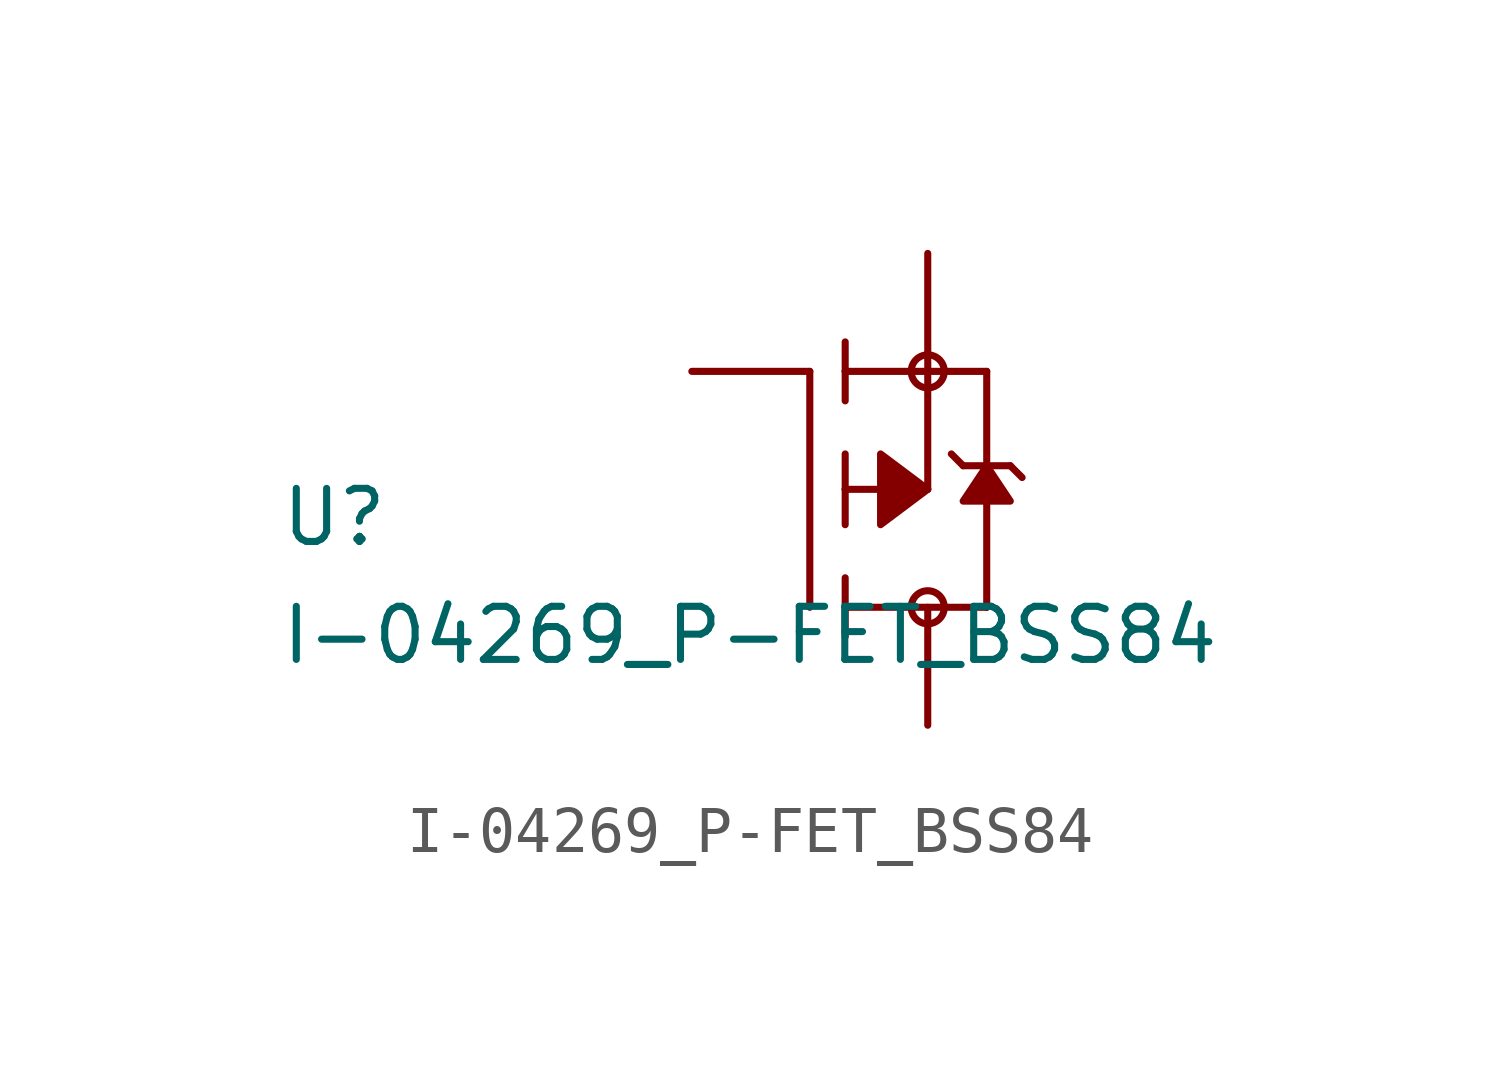
<source format=kicad_sym>
(kicad_symbol_lib
  (version 20211014)
  (generator kicad_symbol_editor)
  (symbol "I-04269_P-FET_BSS84"
    (pin_numbers hide)
    (pin_names
      (offset 1.016) hide)
    (property "Reference" "U"
      (at -11.43 -1.27 0)
      (effects (font (size 1.143 1.143)) (justify left bottom)))
    (property "Value" "I-04269_P-FET_BSS84"
      (at -11.43 -3.81 0)
      (effects (font (size 1.143 1.143)) (justify left bottom)))
    (property "ki_locked" ""
      (at 0 0 0)
      (effects (font (size 1.27 1.27))))
    (symbol "I-04269_P-FET_BSS84_1_0"
      (polyline (pts (xy 0 -2.54) (xy 0 2.54)) (stroke (width 0) (type default) (color 0 0 0 0)) (fill (type none)))
      (polyline (pts (xy 0.762 -3.175) (xy 0.762 -2.54)) (stroke (width 0) (type default) (color 0 0 0 0)) (fill (type none)))
      (polyline (pts (xy 0.762 -2.54) (xy 0.762 -1.905)) (stroke (width 0) (type default) (color 0 0 0 0)) (fill (type none)))
      (polyline (pts (xy 0.762 -2.54) (xy 3.81 -2.54)) (stroke (width 0) (type default) (color 0 0 0 0)) (fill (type none)))
      (polyline (pts (xy 0.762 -0.762) (xy 0.762 0)) (stroke (width 0) (type default) (color 0 0 0 0)) (fill (type none)))
      (polyline (pts (xy 0.762 0) (xy 0.762 0.762)) (stroke (width 0) (type default) (color 0 0 0 0)) (fill (type none)))
      (polyline (pts (xy 0.762 0) (xy 2.54 0)) (stroke (width 0) (type default) (color 0 0 0 0)) (fill (type none)))
      (polyline (pts (xy 0.762 1.905) (xy 0.762 2.54)) (stroke (width 0) (type default) (color 0 0 0 0)) (fill (type none)))
      (polyline (pts (xy 0.762 2.54) (xy 0.762 3.175)) (stroke (width 0) (type default) (color 0 0 0 0)) (fill (type none)))
      (polyline (pts (xy 2.54 0) (xy 2.54 2.54)) (stroke (width 0) (type default) (color 0 0 0 0)) (fill (type none)))
      (polyline (pts (xy 2.54 2.54) (xy 0.762 2.54)) (stroke (width 0) (type default) (color 0 0 0 0)) (fill (type none)))
      (polyline (pts (xy 2.54 2.54) (xy 3.81 2.54)) (stroke (width 0) (type default) (color 0 0 0 0)) (fill (type none)))
      (polyline (pts (xy 3.048 0.762) (xy 3.302 0.508)) (stroke (width 0) (type default) (color 0 0 0 0)) (fill (type none)))
      (polyline (pts (xy 3.302 0.508) (xy 3.81 0.508)) (stroke (width 0) (type default) (color 0 0 0 0)) (fill (type none)))
      (polyline (pts (xy 3.81 -2.54) (xy 3.81 0.508)) (stroke (width 0) (type default) (color 0 0 0 0)) (fill (type none)))
      (polyline (pts (xy 3.81 0.508) (xy 3.81 2.54)) (stroke (width 0) (type default) (color 0 0 0 0)) (fill (type none)))
      (polyline (pts (xy 3.81 0.508) (xy 4.318 0.508)) (stroke (width 0) (type default) (color 0 0 0 0)) (fill (type none)))
      (polyline (pts (xy 4.318 0.508) (xy 4.572 0.254)) (stroke (width 0) (type default) (color 0 0 0 0)) (fill (type none))))
    (symbol "I-04269_P-FET_BSS84_1_1"
      (polyline (pts (xy 2.54 0) (xy 1.524 0.762) (xy 1.524 0.762) (xy 1.524 -0.762) (xy 1.524 -0.762) (xy 2.54 0)) (stroke (width 0) (type default) (color 0 0 0 0)) (fill (type outline)))
      (polyline (pts (xy 3.81 0.508) (xy 4.318 -0.254) (xy 4.318 -0.254) (xy 3.302 -0.254) (xy 3.302 -0.254) (xy 3.81 0.508)) (stroke (width 0) (type default) (color 0 0 0 0)) (fill (type outline)))
      (circle (center 2.54 -2.54) (radius 0.356) (stroke (width 0) (type default) (color 0 0 0 0)) (fill (type none)))
      (circle (center 2.54 2.54) (radius 0.356) (stroke (width 0) (type default) (color 0 0 0 0)) (fill (type none)))
      (pin passive line (at -2.54 2.54 0) (length 2.54) (name "G" (effects (font (size 1.016 1.016)))) (number "1" (effects (font (size 1.016 1.016)))))
      (pin passive line (at 2.54 5.08 270) (length 2.54) (name "S" (effects (font (size 1.016 1.016)))) (number "2" (effects (font (size 1.016 1.016)))))
      (pin passive line (at 2.54 -5.08 90) (length 2.54) (name "D" (effects (font (size 1.016 1.016)))) (number "3" (effects (font (size 1.016 1.016))))))))
</source>
